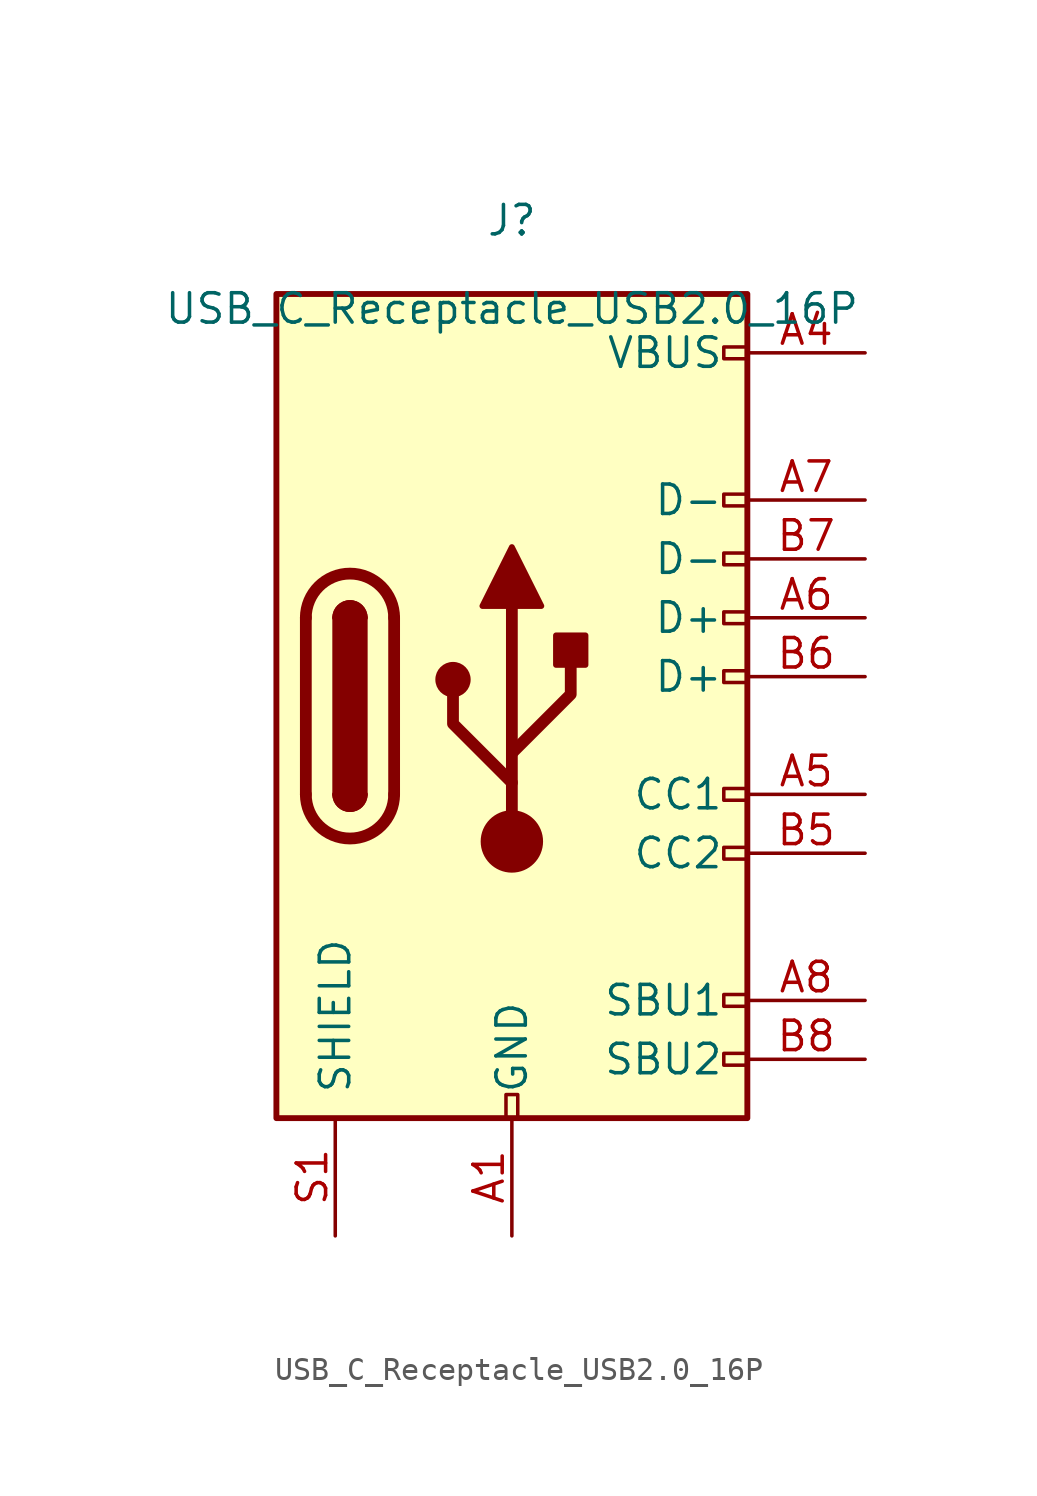
<source format=kicad_sym>
(kicad_symbol_lib
  (version 20220914)
  (generator kicad_symbol_editor)
  (symbol "USB_C_Receptacle_USB2.0_16P"
    (pin_names
      (offset 1.016))
    (property "Reference" "J"
      (at 0 20.955 0)
      (effects (font (size 1.27 1.27))))
    (property "Value" "USB_C_Receptacle_USB2.0_16P"
      (at 0 17.145 0)
      (effects (font (size 1.27 1.27))))
    (symbol "USB_C_Receptacle_USB2.0_16P_0_0"
      (rectangle (start -0.254 -17.78) (end 0.254 -16.764) (stroke (width 0) (type default)) (fill (type none)))
      (rectangle (start 9.144 15.494) (end 10.16 14.986) (stroke (width 0) (type default)) (fill (type none)))
      (rectangle (start 10.16 -14.986) (end 9.144 -15.494) (stroke (width 0) (type default)) (fill (type none)))
      (rectangle (start 10.16 -12.446) (end 9.144 -12.954) (stroke (width 0) (type default)) (fill (type none)))
      (rectangle (start 10.16 -6.096) (end 9.144 -6.604) (stroke (width 0) (type default)) (fill (type none)))
      (rectangle (start 10.16 -3.556) (end 9.144 -4.064) (stroke (width 0) (type default)) (fill (type none)))
      (rectangle (start 10.16 1.524) (end 9.144 1.016) (stroke (width 0) (type default)) (fill (type none)))
      (rectangle (start 10.16 4.064) (end 9.144 3.556) (stroke (width 0) (type default)) (fill (type none)))
      (rectangle (start 10.16 6.604) (end 9.144 6.096) (stroke (width 0) (type default)) (fill (type none)))
      (rectangle (start 10.16 9.144) (end 9.144 8.636) (stroke (width 0) (type default)) (fill (type none))))
    (symbol "USB_C_Receptacle_USB2.0_16P_0_1"
      (rectangle (start -10.16 17.78) (end 10.16 -17.78) (stroke (width 0.254) (type default)) (fill (type background)))
      (arc (start -8.89 -3.81) (mid -6.985 -5.7067) (end -5.08 -3.81) (stroke (width 0.508) (type default)) (fill (type none)))
      (arc (start -7.62 -3.81) (mid -6.985 -4.4423) (end -6.35 -3.81) (stroke (width 0.254) (type default)) (fill (type none)))
      (arc (start -7.62 -3.81) (mid -6.985 -4.4423) (end -6.35 -3.81) (stroke (width 0.254) (type default)) (fill (type outline)))
      (rectangle (start -7.62 3.81) (end -6.35 -3.81) (stroke (width 0.254) (type default)) (fill (type outline)))
      (arc (start -6.35 3.81) (mid -6.985 4.4423) (end -7.62 3.81) (stroke (width 0.254) (type default)) (fill (type none)))
      (arc (start -6.35 3.81) (mid -6.985 4.4423) (end -7.62 3.81) (stroke (width 0.254) (type default)) (fill (type outline)))
      (arc (start -5.08 3.81) (mid -6.985 5.7067) (end -8.89 3.81) (stroke (width 0.508) (type default)) (fill (type none)))
      (circle (center -2.54 1.143) (radius 0.635) (stroke (width 0.254) (type default)) (fill (type outline)))
      (circle (center 0 -5.842) (radius 1.27) (stroke (width 0) (type default)) (fill (type outline)))
      (polyline (pts (xy -8.89 -3.81) (xy -8.89 3.81)) (stroke (width 0.508) (type default)) (fill (type none)))
      (polyline (pts (xy -5.08 3.81) (xy -5.08 -3.81)) (stroke (width 0.508) (type default)) (fill (type none)))
      (polyline (pts (xy 0 -5.842) (xy 0 4.318)) (stroke (width 0.508) (type default)) (fill (type none)))
      (polyline (pts (xy 0 -3.302) (xy -2.54 -0.762) (xy -2.54 0.508)) (stroke (width 0.508) (type default)) (fill (type none)))
      (polyline (pts (xy 0 -2.032) (xy 2.54 0.508) (xy 2.54 1.778)) (stroke (width 0.508) (type default)) (fill (type none)))
      (polyline (pts (xy -1.27 4.318) (xy 0 6.858) (xy 1.27 4.318) (xy -1.27 4.318)) (stroke (width 0.254) (type default)) (fill (type outline)))
      (rectangle (start 1.905 1.778) (end 3.175 3.048) (stroke (width 0.254) (type default)) (fill (type outline))))
    (symbol "USB_C_Receptacle_USB2.0_16P_1_1"
      (pin passive line (at 0 -22.86 90) (length 5.08) (name "GND" (effects (font (size 1.27 1.27)))) (number "A1" (effects (font (size 1.27 1.27)))))
      (pin passive line (at 0 -22.86 90) (length 5.08) hide (name "GND" (effects (font (size 1.27 1.27)))) (number "A12" (effects (font (size 1.27 1.27)))))
      (pin passive line (at 15.24 15.24 180) (length 5.08) (name "VBUS" (effects (font (size 1.27 1.27)))) (number "A4" (effects (font (size 1.27 1.27)))))
      (pin bidirectional line (at 15.24 -3.81 180) (length 5.08) (name "CC1" (effects (font (size 1.27 1.27)))) (number "A5" (effects (font (size 1.27 1.27)))))
      (pin bidirectional line (at 15.24 3.81 180) (length 5.08) (name "D+" (effects (font (size 1.27 1.27)))) (number "A6" (effects (font (size 1.27 1.27)))))
      (pin bidirectional line (at 15.24 8.89 180) (length 5.08) (name "D-" (effects (font (size 1.27 1.27)))) (number "A7" (effects (font (size 1.27 1.27)))))
      (pin bidirectional line (at 15.24 -12.7 180) (length 5.08) (name "SBU1" (effects (font (size 1.27 1.27)))) (number "A8" (effects (font (size 1.27 1.27)))))
      (pin passive line (at 15.24 15.24 180) (length 5.08) hide (name "VBUS" (effects (font (size 1.27 1.27)))) (number "A9" (effects (font (size 1.27 1.27)))))
      (pin passive line (at 0 -22.86 90) (length 5.08) hide (name "GND" (effects (font (size 1.27 1.27)))) (number "B1" (effects (font (size 1.27 1.27)))))
      (pin passive line (at 0 -22.86 90) (length 5.08) hide (name "GND" (effects (font (size 1.27 1.27)))) (number "B12" (effects (font (size 1.27 1.27)))))
      (pin passive line (at 15.24 15.24 180) (length 5.08) hide (name "VBUS" (effects (font (size 1.27 1.27)))) (number "B4" (effects (font (size 1.27 1.27)))))
      (pin bidirectional line (at 15.24 -6.35 180) (length 5.08) (name "CC2" (effects (font (size 1.27 1.27)))) (number "B5" (effects (font (size 1.27 1.27)))))
      (pin bidirectional line (at 15.24 1.27 180) (length 5.08) (name "D+" (effects (font (size 1.27 1.27)))) (number "B6" (effects (font (size 1.27 1.27)))))
      (pin bidirectional line (at 15.24 6.35 180) (length 5.08) (name "D-" (effects (font (size 1.27 1.27)))) (number "B7" (effects (font (size 1.27 1.27)))))
      (pin bidirectional line (at 15.24 -15.24 180) (length 5.08) (name "SBU2" (effects (font (size 1.27 1.27)))) (number "B8" (effects (font (size 1.27 1.27)))))
      (pin passive line (at 15.24 15.24 180) (length 5.08) hide (name "VBUS" (effects (font (size 1.27 1.27)))) (number "B9" (effects (font (size 1.27 1.27)))))
      (pin passive line (at -7.62 -22.86 90) (length 5.08) (name "SHIELD" (effects (font (size 1.27 1.27)))) (number "S1" (effects (font (size 1.27 1.27))))))))
</source>
